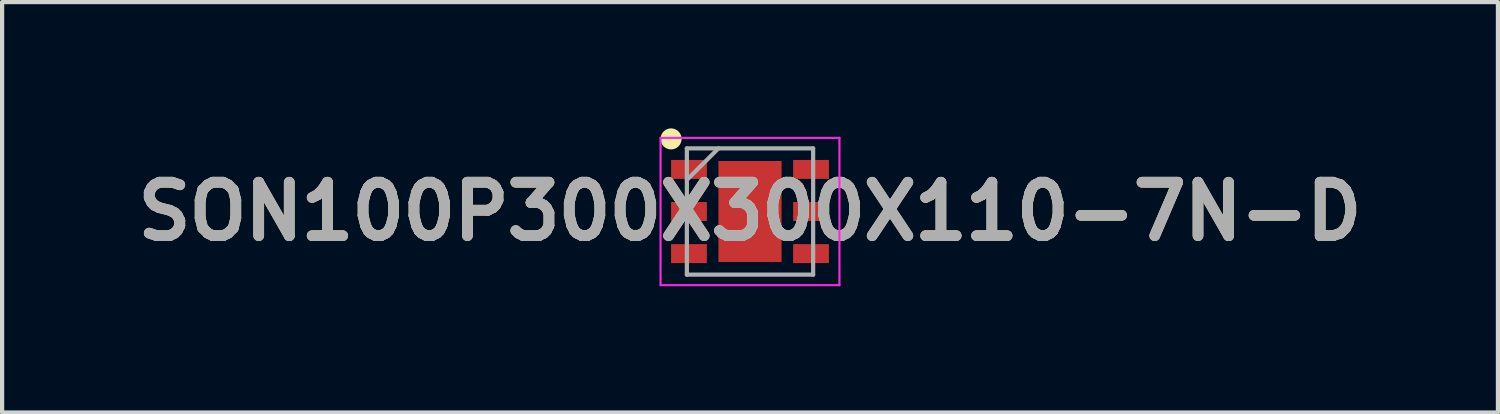
<source format=kicad_pcb>
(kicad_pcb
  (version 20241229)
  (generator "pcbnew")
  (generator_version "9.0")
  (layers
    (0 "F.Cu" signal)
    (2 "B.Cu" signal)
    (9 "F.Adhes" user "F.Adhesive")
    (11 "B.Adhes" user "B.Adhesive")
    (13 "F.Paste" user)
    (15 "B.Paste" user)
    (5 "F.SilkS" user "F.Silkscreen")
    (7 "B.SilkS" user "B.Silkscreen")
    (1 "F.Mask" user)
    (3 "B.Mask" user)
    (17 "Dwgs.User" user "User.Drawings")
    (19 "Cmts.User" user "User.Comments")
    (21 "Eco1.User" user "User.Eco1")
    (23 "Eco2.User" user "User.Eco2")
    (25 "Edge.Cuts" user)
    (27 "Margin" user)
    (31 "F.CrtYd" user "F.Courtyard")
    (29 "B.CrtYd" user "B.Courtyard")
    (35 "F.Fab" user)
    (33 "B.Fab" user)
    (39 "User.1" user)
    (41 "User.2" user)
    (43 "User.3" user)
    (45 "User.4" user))
  (footprint "SON100P300X300X110-7N-D"
    (layer "F.Cu")
    (at 14.768 1.975)
    (property "Reference" "SON100P300X300X110-7N-D" (at 0 0 0) (layer "F.SilkS") (effects (font (size 1.27 1.27) (thickness 0.254))))
    (attr smd)
    (fp_circle (center -1.875 -1.725) (end -1.875 -1.6) (stroke (width 0.25) (type solid)) (fill no) (layer "F.SilkS"))
    (fp_line (start -2.125 -1.75) (end 2.125 -1.75) (stroke (width 0.05) (type solid)) (layer "F.CrtYd"))
    (fp_line (start -2.125 1.75) (end -2.125 -1.75) (stroke (width 0.05) (type solid)) (layer "F.CrtYd"))
    (fp_line (start 2.125 -1.75) (end 2.125 1.75) (stroke (width 0.05) (type solid)) (layer "F.CrtYd"))
    (fp_line (start 2.125 1.75) (end -2.125 1.75) (stroke (width 0.05) (type solid)) (layer "F.CrtYd"))
    (fp_line (start -1.5 -1.5) (end 1.5 -1.5) (stroke (width 0.1) (type solid)) (layer "F.Fab"))
    (fp_line (start -1.5 -0.75) (end -0.75 -1.5) (stroke (width 0.1) (type solid)) (layer "F.Fab"))
    (fp_line (start -1.5 1.5) (end -1.5 -1.5) (stroke (width 0.1) (type solid)) (layer "F.Fab"))
    (fp_line (start 1.5 -1.5) (end 1.5 1.5) (stroke (width 0.1) (type solid)) (layer "F.Fab"))
    (fp_line (start 1.5 1.5) (end -1.5 1.5) (stroke (width 0.1) (type solid)) (layer "F.Fab"))
    (fp_text user "${REFERENCE}" (at 0 0 0) (layer "F.Fab") (effects (font (size 1.27 1.27) (thickness 0.254))))
    (pad "1" smd rect (at -1.45 -1 90) (size 0.45 0.85) (layers "F.Cu" "F.Mask" "F.Paste"))
    (pad "2" smd rect (at -1.45 0 90) (size 0.45 0.85) (layers "F.Cu" "F.Mask" "F.Paste"))
    (pad "3" smd rect (at -1.45 1 90) (size 0.45 0.85) (layers "F.Cu" "F.Mask" "F.Paste"))
    (pad "4" smd rect (at 1.45 1 90) (size 0.45 0.85) (layers "F.Cu" "F.Mask" "F.Paste"))
    (pad "5" smd rect (at 1.45 0 90) (size 0.45 0.85) (layers "F.Cu" "F.Mask" "F.Paste"))
    (pad "6" smd rect (at 1.45 -1 90) (size 0.45 0.85) (layers "F.Cu" "F.Mask" "F.Paste"))
    (pad "7" smd rect (at 0 0) (size 1.5 2.4) (layers "F.Cu" "F.Mask" "F.Paste")))
  (gr_rect
    (start -3 -3)
    (end 32.537 6.75)
    (stroke (width 0.1) (type default))
    (fill no)
    (layer "Edge.Cuts")))
</source>
